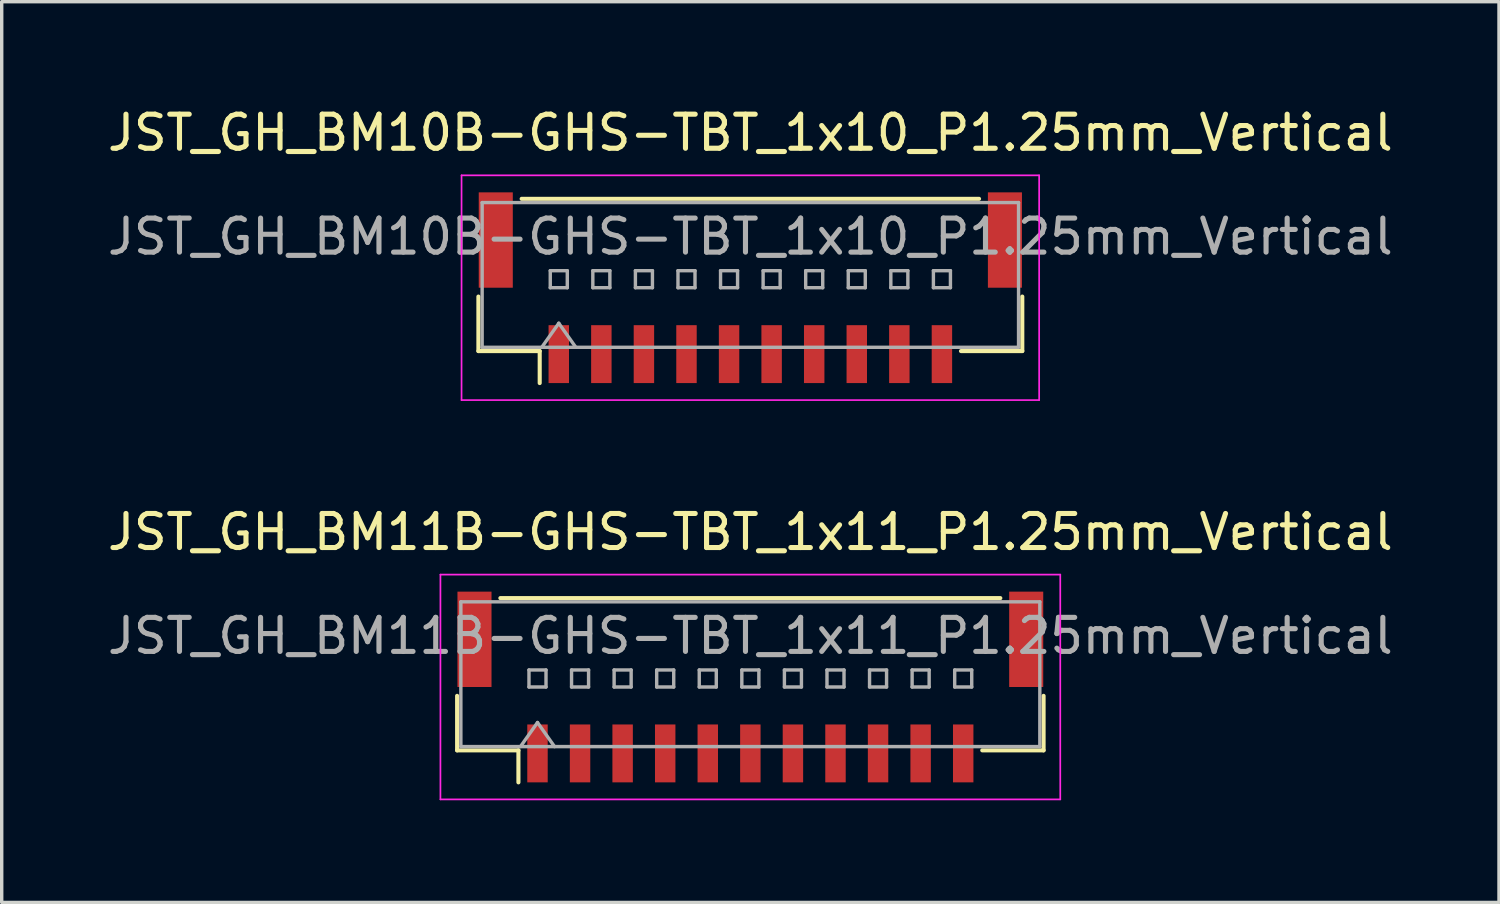
<source format=kicad_pcb>
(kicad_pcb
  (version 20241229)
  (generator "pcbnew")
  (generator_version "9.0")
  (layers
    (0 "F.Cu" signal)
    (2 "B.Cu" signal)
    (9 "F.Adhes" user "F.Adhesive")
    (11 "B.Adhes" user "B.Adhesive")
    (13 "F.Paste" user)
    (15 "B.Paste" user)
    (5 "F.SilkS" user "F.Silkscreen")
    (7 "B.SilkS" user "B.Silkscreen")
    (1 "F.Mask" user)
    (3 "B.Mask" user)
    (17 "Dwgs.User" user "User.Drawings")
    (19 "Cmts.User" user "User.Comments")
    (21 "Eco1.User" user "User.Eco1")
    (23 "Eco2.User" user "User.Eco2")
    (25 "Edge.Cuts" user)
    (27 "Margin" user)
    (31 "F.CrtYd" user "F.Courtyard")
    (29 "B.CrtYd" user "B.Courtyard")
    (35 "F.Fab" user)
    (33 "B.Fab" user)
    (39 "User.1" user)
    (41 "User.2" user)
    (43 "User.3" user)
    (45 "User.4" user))
  (footprint "JST_GH_BM11B-GHS-TBT_1x11_P1.25mm_Vertical"
    (layer "F.Cu")
    (at 18.982 17.122)
    (property "Reference" "JST_GH_BM11B-GHS-TBT_1x11_P1.25mm_Vertical" (at 0 -4.55 0) (layer "F.SilkS") (effects (font (size 1 1) (thickness 0.15))))
    (attr smd)
    (fp_line (start -8.61 0.26) (end -8.61 1.86) (stroke (width 0.12) (type solid)) (layer "F.SilkS"))
    (fp_line (start -8.61 1.86) (end -6.81 1.86) (stroke (width 0.12) (type solid)) (layer "F.SilkS"))
    (fp_line (start -7.34 -2.61) (end 7.34 -2.61) (stroke (width 0.12) (type solid)) (layer "F.SilkS"))
    (fp_line (start -6.81 1.86) (end -6.81 2.8) (stroke (width 0.12) (type solid)) (layer "F.SilkS"))
    (fp_line (start 8.61 0.26) (end 8.61 1.86) (stroke (width 0.12) (type solid)) (layer "F.SilkS"))
    (fp_line (start 8.61 1.86) (end 6.81 1.86) (stroke (width 0.12) (type solid)) (layer "F.SilkS"))
    (fp_line (start -9.1 -3.3) (end -9.1 3.3) (stroke (width 0.05) (type solid)) (layer "F.CrtYd"))
    (fp_line (start -9.1 3.3) (end 9.1 3.3) (stroke (width 0.05) (type solid)) (layer "F.CrtYd"))
    (fp_line (start 9.1 -3.3) (end -9.1 -3.3) (stroke (width 0.05) (type solid)) (layer "F.CrtYd"))
    (fp_line (start 9.1 3.3) (end 9.1 -3.3) (stroke (width 0.05) (type solid)) (layer "F.CrtYd"))
    (fp_line (start -8.5 -2.5) (end 8.5 -2.5) (stroke (width 0.1) (type solid)) (layer "F.Fab"))
    (fp_line (start -8.5 1.75) (end -8.5 -2.5) (stroke (width 0.1) (type solid)) (layer "F.Fab"))
    (fp_line (start -8.5 1.75) (end 8.5 1.75) (stroke (width 0.1) (type solid)) (layer "F.Fab"))
    (fp_line (start -6.75 1.75) (end -6.25 1.043) (stroke (width 0.1) (type solid)) (layer "F.Fab"))
    (fp_line (start -6.5 -0.5) (end -6.5 0) (stroke (width 0.1) (type solid)) (layer "F.Fab"))
    (fp_line (start -6.5 0) (end -6 0) (stroke (width 0.1) (type solid)) (layer "F.Fab"))
    (fp_line (start -6.25 1.043) (end -5.75 1.75) (stroke (width 0.1) (type solid)) (layer "F.Fab"))
    (fp_line (start -6 -0.5) (end -6.5 -0.5) (stroke (width 0.1) (type solid)) (layer "F.Fab"))
    (fp_line (start -6 0) (end -6 -0.5) (stroke (width 0.1) (type solid)) (layer "F.Fab"))
    (fp_line (start -5.25 -0.5) (end -5.25 0) (stroke (width 0.1) (type solid)) (layer "F.Fab"))
    (fp_line (start -5.25 0) (end -4.75 0) (stroke (width 0.1) (type solid)) (layer "F.Fab"))
    (fp_line (start -4.75 -0.5) (end -5.25 -0.5) (stroke (width 0.1) (type solid)) (layer "F.Fab"))
    (fp_line (start -4.75 0) (end -4.75 -0.5) (stroke (width 0.1) (type solid)) (layer "F.Fab"))
    (fp_line (start -4 -0.5) (end -4 0) (stroke (width 0.1) (type solid)) (layer "F.Fab"))
    (fp_line (start -4 0) (end -3.5 0) (stroke (width 0.1) (type solid)) (layer "F.Fab"))
    (fp_line (start -3.5 -0.5) (end -4 -0.5) (stroke (width 0.1) (type solid)) (layer "F.Fab"))
    (fp_line (start -3.5 0) (end -3.5 -0.5) (stroke (width 0.1) (type solid)) (layer "F.Fab"))
    (fp_line (start -2.75 -0.5) (end -2.75 0) (stroke (width 0.1) (type solid)) (layer "F.Fab"))
    (fp_line (start -2.75 0) (end -2.25 0) (stroke (width 0.1) (type solid)) (layer "F.Fab"))
    (fp_line (start -2.25 -0.5) (end -2.75 -0.5) (stroke (width 0.1) (type solid)) (layer "F.Fab"))
    (fp_line (start -2.25 0) (end -2.25 -0.5) (stroke (width 0.1) (type solid)) (layer "F.Fab"))
    (fp_line (start -1.5 -0.5) (end -1.5 0) (stroke (width 0.1) (type solid)) (layer "F.Fab"))
    (fp_line (start -1.5 0) (end -1 0) (stroke (width 0.1) (type solid)) (layer "F.Fab"))
    (fp_line (start -1 -0.5) (end -1.5 -0.5) (stroke (width 0.1) (type solid)) (layer "F.Fab"))
    (fp_line (start -1 0) (end -1 -0.5) (stroke (width 0.1) (type solid)) (layer "F.Fab"))
    (fp_line (start -0.25 -0.5) (end -0.25 0) (stroke (width 0.1) (type solid)) (layer "F.Fab"))
    (fp_line (start -0.25 0) (end 0.25 0) (stroke (width 0.1) (type solid)) (layer "F.Fab"))
    (fp_line (start 0.25 -0.5) (end -0.25 -0.5) (stroke (width 0.1) (type solid)) (layer "F.Fab"))
    (fp_line (start 0.25 0) (end 0.25 -0.5) (stroke (width 0.1) (type solid)) (layer "F.Fab"))
    (fp_line (start 1 -0.5) (end 1 0) (stroke (width 0.1) (type solid)) (layer "F.Fab"))
    (fp_line (start 1 0) (end 1.5 0) (stroke (width 0.1) (type solid)) (layer "F.Fab"))
    (fp_line (start 1.5 -0.5) (end 1 -0.5) (stroke (width 0.1) (type solid)) (layer "F.Fab"))
    (fp_line (start 1.5 0) (end 1.5 -0.5) (stroke (width 0.1) (type solid)) (layer "F.Fab"))
    (fp_line (start 2.25 -0.5) (end 2.25 0) (stroke (width 0.1) (type solid)) (layer "F.Fab"))
    (fp_line (start 2.25 0) (end 2.75 0) (stroke (width 0.1) (type solid)) (layer "F.Fab"))
    (fp_line (start 2.75 -0.5) (end 2.25 -0.5) (stroke (width 0.1) (type solid)) (layer "F.Fab"))
    (fp_line (start 2.75 0) (end 2.75 -0.5) (stroke (width 0.1) (type solid)) (layer "F.Fab"))
    (fp_line (start 3.5 -0.5) (end 3.5 0) (stroke (width 0.1) (type solid)) (layer "F.Fab"))
    (fp_line (start 3.5 0) (end 4 0) (stroke (width 0.1) (type solid)) (layer "F.Fab"))
    (fp_line (start 4 -0.5) (end 3.5 -0.5) (stroke (width 0.1) (type solid)) (layer "F.Fab"))
    (fp_line (start 4 0) (end 4 -0.5) (stroke (width 0.1) (type solid)) (layer "F.Fab"))
    (fp_line (start 4.75 -0.5) (end 4.75 0) (stroke (width 0.1) (type solid)) (layer "F.Fab"))
    (fp_line (start 4.75 0) (end 5.25 0) (stroke (width 0.1) (type solid)) (layer "F.Fab"))
    (fp_line (start 5.25 -0.5) (end 4.75 -0.5) (stroke (width 0.1) (type solid)) (layer "F.Fab"))
    (fp_line (start 5.25 0) (end 5.25 -0.5) (stroke (width 0.1) (type solid)) (layer "F.Fab"))
    (fp_line (start 6 -0.5) (end 6 0) (stroke (width 0.1) (type solid)) (layer "F.Fab"))
    (fp_line (start 6 0) (end 6.5 0) (stroke (width 0.1) (type solid)) (layer "F.Fab"))
    (fp_line (start 6.5 -0.5) (end 6 -0.5) (stroke (width 0.1) (type solid)) (layer "F.Fab"))
    (fp_line (start 6.5 0) (end 6.5 -0.5) (stroke (width 0.1) (type solid)) (layer "F.Fab"))
    (fp_line (start 8.5 1.75) (end 8.5 -2.5) (stroke (width 0.1) (type solid)) (layer "F.Fab"))
    (fp_text user "${REFERENCE}" (at 0 -1.5 0) (layer "F.Fab") (effects (font (size 1 1) (thickness 0.15))))
    (pad "" smd rect (at -8.1 -1.4) (size 1 2.8) (layers "F.Cu" "F.Mask" "F.Paste"))
    (pad "" smd rect (at 8.1 -1.4) (size 1 2.8) (layers "F.Cu" "F.Mask" "F.Paste"))
    (pad "1" smd rect (at -6.25 1.95) (size 0.6 1.7) (layers "F.Cu" "F.Mask" "F.Paste"))
    (pad "2" smd rect (at -5 1.95) (size 0.6 1.7) (layers "F.Cu" "F.Mask" "F.Paste"))
    (pad "3" smd rect (at -3.75 1.95) (size 0.6 1.7) (layers "F.Cu" "F.Mask" "F.Paste"))
    (pad "4" smd rect (at -2.5 1.95) (size 0.6 1.7) (layers "F.Cu" "F.Mask" "F.Paste"))
    (pad "5" smd rect (at -1.25 1.95) (size 0.6 1.7) (layers "F.Cu" "F.Mask" "F.Paste"))
    (pad "6" smd rect (at 0 1.95) (size 0.6 1.7) (layers "F.Cu" "F.Mask" "F.Paste"))
    (pad "7" smd rect (at 1.25 1.95) (size 0.6 1.7) (layers "F.Cu" "F.Mask" "F.Paste"))
    (pad "8" smd rect (at 2.5 1.95) (size 0.6 1.7) (layers "F.Cu" "F.Mask" "F.Paste"))
    (pad "9" smd rect (at 3.75 1.95) (size 0.6 1.7) (layers "F.Cu" "F.Mask" "F.Paste"))
    (pad "10" smd rect (at 5 1.95) (size 0.6 1.7) (layers "F.Cu" "F.Mask" "F.Paste"))
    (pad "11" smd rect (at 6.25 1.95) (size 0.6 1.7) (layers "F.Cu" "F.Mask" "F.Paste")))
  (footprint "JST_GH_BM10B-GHS-TBT_1x10_P1.25mm_Vertical"
    (layer "F.Cu")
    (at 18.982 5.398)
    (property "Reference" "JST_GH_BM10B-GHS-TBT_1x10_P1.25mm_Vertical" (at 0 -4.55 0) (layer "F.SilkS") (effects (font (size 1 1) (thickness 0.15))))
    (attr smd)
    (fp_line (start -7.985 0.26) (end -7.985 1.86) (stroke (width 0.12) (type solid)) (layer "F.SilkS"))
    (fp_line (start -7.985 1.86) (end -6.185 1.86) (stroke (width 0.12) (type solid)) (layer "F.SilkS"))
    (fp_line (start -6.715 -2.61) (end 6.715 -2.61) (stroke (width 0.12) (type solid)) (layer "F.SilkS"))
    (fp_line (start -6.185 1.86) (end -6.185 2.8) (stroke (width 0.12) (type solid)) (layer "F.SilkS"))
    (fp_line (start 7.985 0.26) (end 7.985 1.86) (stroke (width 0.12) (type solid)) (layer "F.SilkS"))
    (fp_line (start 7.985 1.86) (end 6.185 1.86) (stroke (width 0.12) (type solid)) (layer "F.SilkS"))
    (fp_line (start -8.48 -3.3) (end -8.48 3.3) (stroke (width 0.05) (type solid)) (layer "F.CrtYd"))
    (fp_line (start -8.48 3.3) (end 8.48 3.3) (stroke (width 0.05) (type solid)) (layer "F.CrtYd"))
    (fp_line (start 8.48 -3.3) (end -8.48 -3.3) (stroke (width 0.05) (type solid)) (layer "F.CrtYd"))
    (fp_line (start 8.48 3.3) (end 8.48 -3.3) (stroke (width 0.05) (type solid)) (layer "F.CrtYd"))
    (fp_line (start -7.875 -2.5) (end 7.875 -2.5) (stroke (width 0.1) (type solid)) (layer "F.Fab"))
    (fp_line (start -7.875 1.75) (end -7.875 -2.5) (stroke (width 0.1) (type solid)) (layer "F.Fab"))
    (fp_line (start -7.875 1.75) (end 7.875 1.75) (stroke (width 0.1) (type solid)) (layer "F.Fab"))
    (fp_line (start -6.125 1.75) (end -5.625 1.043) (stroke (width 0.1) (type solid)) (layer "F.Fab"))
    (fp_line (start -5.875 -0.5) (end -5.875 0) (stroke (width 0.1) (type solid)) (layer "F.Fab"))
    (fp_line (start -5.875 0) (end -5.375 0) (stroke (width 0.1) (type solid)) (layer "F.Fab"))
    (fp_line (start -5.625 1.043) (end -5.125 1.75) (stroke (width 0.1) (type solid)) (layer "F.Fab"))
    (fp_line (start -5.375 -0.5) (end -5.875 -0.5) (stroke (width 0.1) (type solid)) (layer "F.Fab"))
    (fp_line (start -5.375 0) (end -5.375 -0.5) (stroke (width 0.1) (type solid)) (layer "F.Fab"))
    (fp_line (start -4.625 -0.5) (end -4.625 0) (stroke (width 0.1) (type solid)) (layer "F.Fab"))
    (fp_line (start -4.625 0) (end -4.125 0) (stroke (width 0.1) (type solid)) (layer "F.Fab"))
    (fp_line (start -4.125 -0.5) (end -4.625 -0.5) (stroke (width 0.1) (type solid)) (layer "F.Fab"))
    (fp_line (start -4.125 0) (end -4.125 -0.5) (stroke (width 0.1) (type solid)) (layer "F.Fab"))
    (fp_line (start -3.375 -0.5) (end -3.375 0) (stroke (width 0.1) (type solid)) (layer "F.Fab"))
    (fp_line (start -3.375 0) (end -2.875 0) (stroke (width 0.1) (type solid)) (layer "F.Fab"))
    (fp_line (start -2.875 -0.5) (end -3.375 -0.5) (stroke (width 0.1) (type solid)) (layer "F.Fab"))
    (fp_line (start -2.875 0) (end -2.875 -0.5) (stroke (width 0.1) (type solid)) (layer "F.Fab"))
    (fp_line (start -2.125 -0.5) (end -2.125 0) (stroke (width 0.1) (type solid)) (layer "F.Fab"))
    (fp_line (start -2.125 0) (end -1.625 0) (stroke (width 0.1) (type solid)) (layer "F.Fab"))
    (fp_line (start -1.625 -0.5) (end -2.125 -0.5) (stroke (width 0.1) (type solid)) (layer "F.Fab"))
    (fp_line (start -1.625 0) (end -1.625 -0.5) (stroke (width 0.1) (type solid)) (layer "F.Fab"))
    (fp_line (start -0.875 -0.5) (end -0.875 0) (stroke (width 0.1) (type solid)) (layer "F.Fab"))
    (fp_line (start -0.875 0) (end -0.375 0) (stroke (width 0.1) (type solid)) (layer "F.Fab"))
    (fp_line (start -0.375 -0.5) (end -0.875 -0.5) (stroke (width 0.1) (type solid)) (layer "F.Fab"))
    (fp_line (start -0.375 0) (end -0.375 -0.5) (stroke (width 0.1) (type solid)) (layer "F.Fab"))
    (fp_line (start 0.375 -0.5) (end 0.375 0) (stroke (width 0.1) (type solid)) (layer "F.Fab"))
    (fp_line (start 0.375 0) (end 0.875 0) (stroke (width 0.1) (type solid)) (layer "F.Fab"))
    (fp_line (start 0.875 -0.5) (end 0.375 -0.5) (stroke (width 0.1) (type solid)) (layer "F.Fab"))
    (fp_line (start 0.875 0) (end 0.875 -0.5) (stroke (width 0.1) (type solid)) (layer "F.Fab"))
    (fp_line (start 1.625 -0.5) (end 1.625 0) (stroke (width 0.1) (type solid)) (layer "F.Fab"))
    (fp_line (start 1.625 0) (end 2.125 0) (stroke (width 0.1) (type solid)) (layer "F.Fab"))
    (fp_line (start 2.125 -0.5) (end 1.625 -0.5) (stroke (width 0.1) (type solid)) (layer "F.Fab"))
    (fp_line (start 2.125 0) (end 2.125 -0.5) (stroke (width 0.1) (type solid)) (layer "F.Fab"))
    (fp_line (start 2.875 -0.5) (end 2.875 0) (stroke (width 0.1) (type solid)) (layer "F.Fab"))
    (fp_line (start 2.875 0) (end 3.375 0) (stroke (width 0.1) (type solid)) (layer "F.Fab"))
    (fp_line (start 3.375 -0.5) (end 2.875 -0.5) (stroke (width 0.1) (type solid)) (layer "F.Fab"))
    (fp_line (start 3.375 0) (end 3.375 -0.5) (stroke (width 0.1) (type solid)) (layer "F.Fab"))
    (fp_line (start 4.125 -0.5) (end 4.125 0) (stroke (width 0.1) (type solid)) (layer "F.Fab"))
    (fp_line (start 4.125 0) (end 4.625 0) (stroke (width 0.1) (type solid)) (layer "F.Fab"))
    (fp_line (start 4.625 -0.5) (end 4.125 -0.5) (stroke (width 0.1) (type solid)) (layer "F.Fab"))
    (fp_line (start 4.625 0) (end 4.625 -0.5) (stroke (width 0.1) (type solid)) (layer "F.Fab"))
    (fp_line (start 5.375 -0.5) (end 5.375 0) (stroke (width 0.1) (type solid)) (layer "F.Fab"))
    (fp_line (start 5.375 0) (end 5.875 0) (stroke (width 0.1) (type solid)) (layer "F.Fab"))
    (fp_line (start 5.875 -0.5) (end 5.375 -0.5) (stroke (width 0.1) (type solid)) (layer "F.Fab"))
    (fp_line (start 5.875 0) (end 5.875 -0.5) (stroke (width 0.1) (type solid)) (layer "F.Fab"))
    (fp_line (start 7.875 1.75) (end 7.875 -2.5) (stroke (width 0.1) (type solid)) (layer "F.Fab"))
    (fp_text user "${REFERENCE}" (at 0 -1.5 0) (layer "F.Fab") (effects (font (size 1 1) (thickness 0.15))))
    (pad "" smd rect (at -7.475 -1.4) (size 1 2.8) (layers "F.Cu" "F.Mask" "F.Paste"))
    (pad "" smd rect (at 7.475 -1.4) (size 1 2.8) (layers "F.Cu" "F.Mask" "F.Paste"))
    (pad "1" smd rect (at -5.625 1.95) (size 0.6 1.7) (layers "F.Cu" "F.Mask" "F.Paste"))
    (pad "2" smd rect (at -4.375 1.95) (size 0.6 1.7) (layers "F.Cu" "F.Mask" "F.Paste"))
    (pad "3" smd rect (at -3.125 1.95) (size 0.6 1.7) (layers "F.Cu" "F.Mask" "F.Paste"))
    (pad "4" smd rect (at -1.875 1.95) (size 0.6 1.7) (layers "F.Cu" "F.Mask" "F.Paste"))
    (pad "5" smd rect (at -0.625 1.95) (size 0.6 1.7) (layers "F.Cu" "F.Mask" "F.Paste"))
    (pad "6" smd rect (at 0.625 1.95) (size 0.6 1.7) (layers "F.Cu" "F.Mask" "F.Paste"))
    (pad "7" smd rect (at 1.875 1.95) (size 0.6 1.7) (layers "F.Cu" "F.Mask" "F.Paste"))
    (pad "8" smd rect (at 3.125 1.95) (size 0.6 1.7) (layers "F.Cu" "F.Mask" "F.Paste"))
    (pad "9" smd rect (at 4.375 1.95) (size 0.6 1.7) (layers "F.Cu" "F.Mask" "F.Paste"))
    (pad "10" smd rect (at 5.625 1.95) (size 0.6 1.7) (layers "F.Cu" "F.Mask" "F.Paste")))
  (gr_rect
    (start -3 -3)
    (end 40.964 23.447)
    (stroke (width 0.1) (type default))
    (fill no)
    (layer "Edge.Cuts")))
</source>
